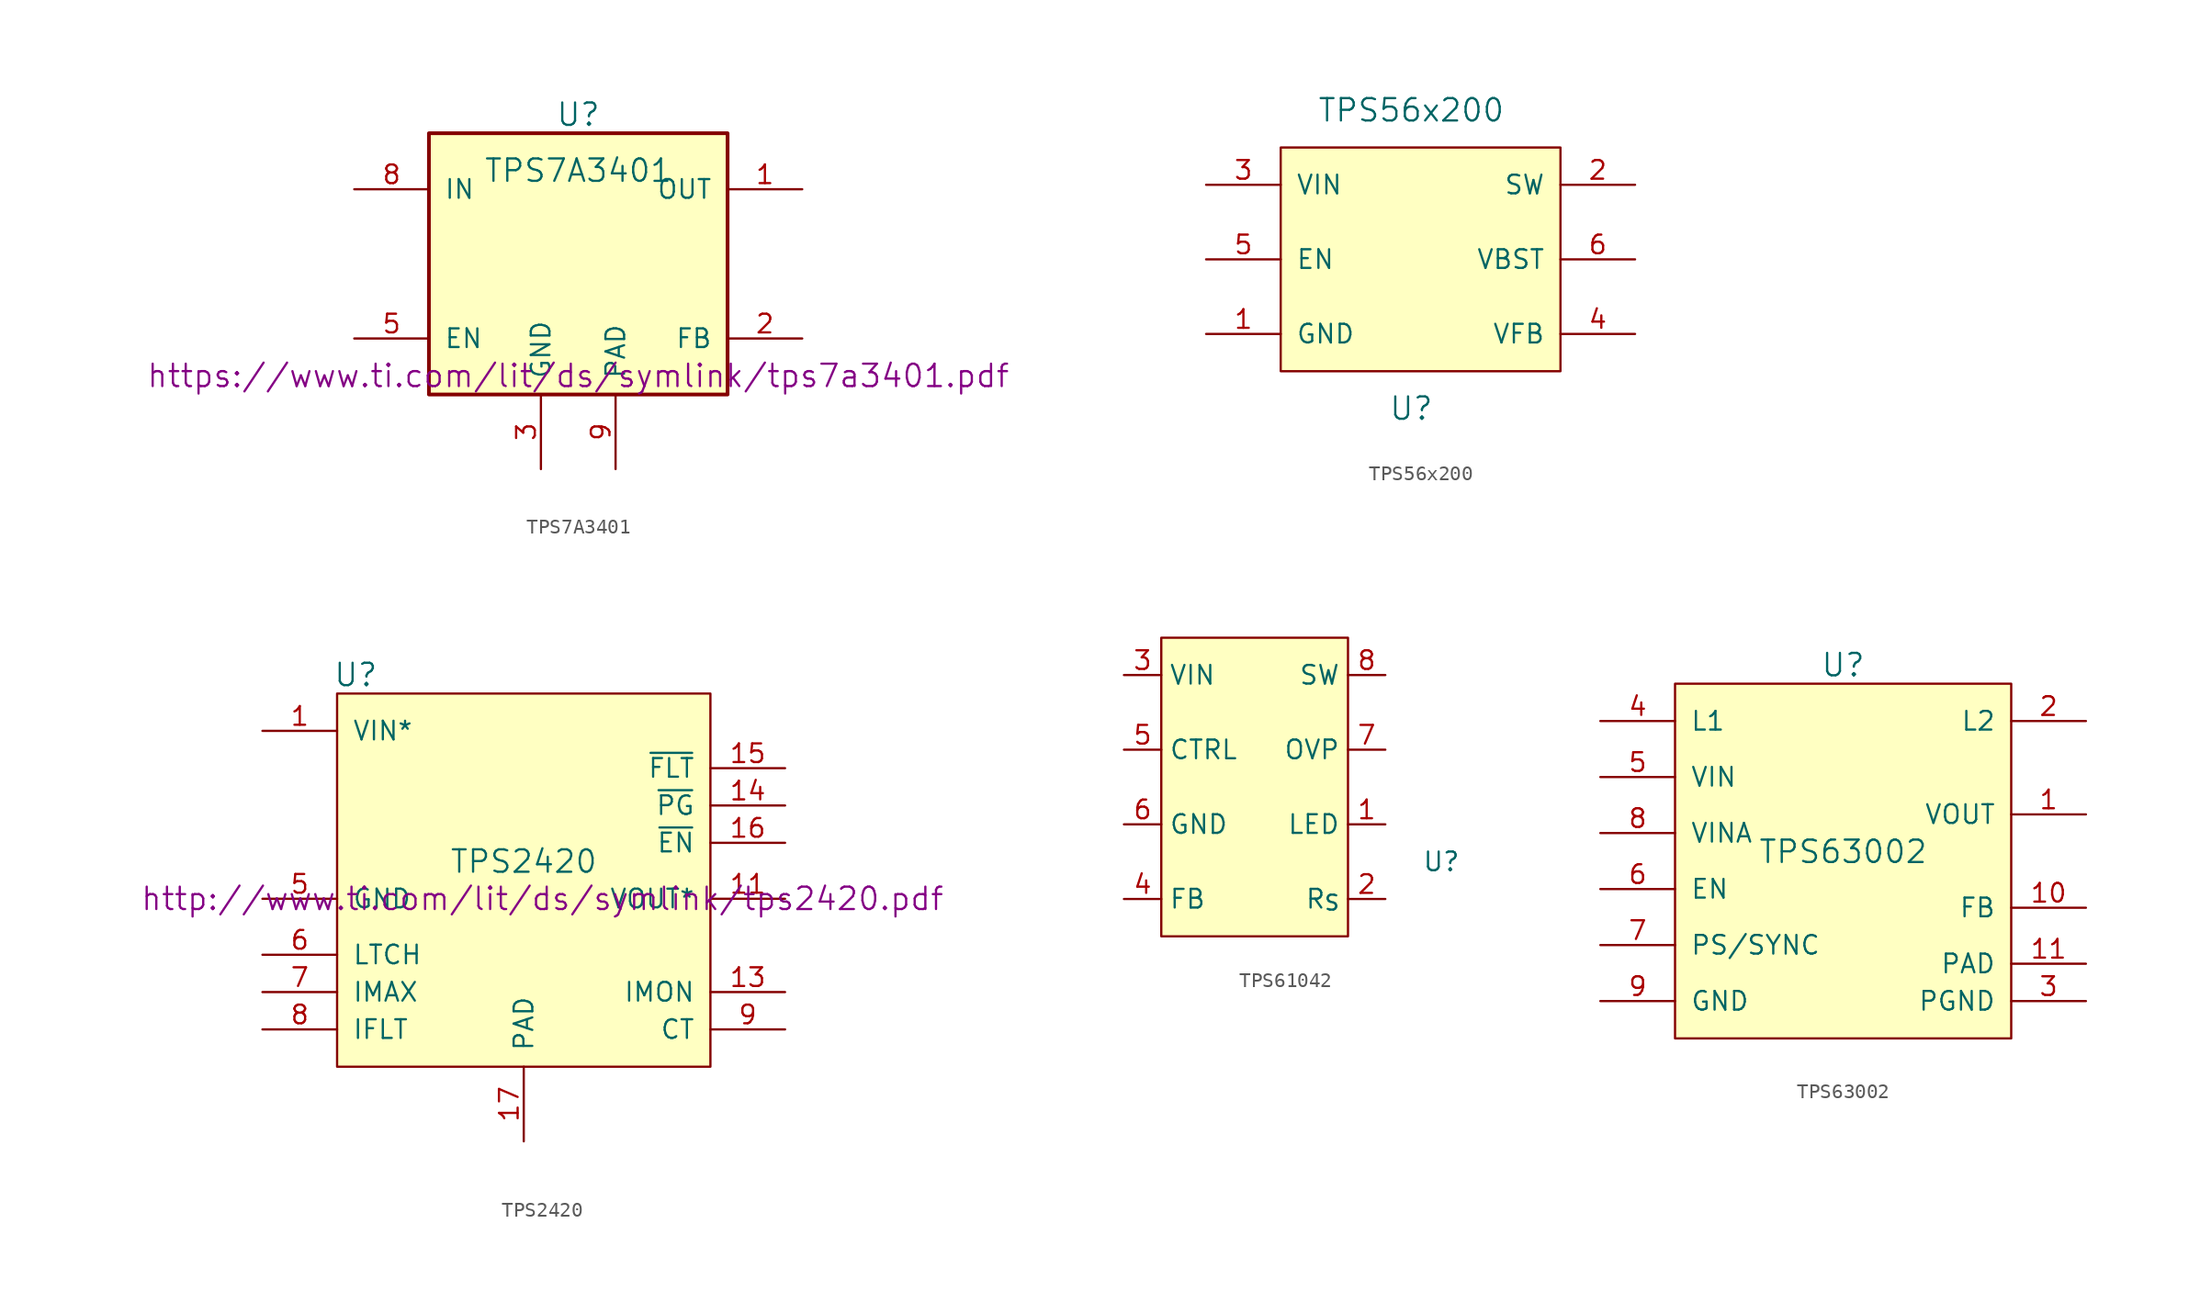
<source format=kicad_sym>
(kicad_symbol_lib
  (version 20231120)
  (generator "kicad_symbol_editor")
  (generator_version "8.0")
  (symbol "TPS7A3401"
    (pin_names
      (offset 1.016))
    (property "Reference" "U"
      (at 0 10.16 0)
      (effects (font (size 1.524 1.524))))
    (property "Value" "TPS7A3401"
      (at 0 6.35 0)
      (effects (font (size 1.524 1.524))))
    (property "Footprint" ""
      (at 0 -7.62 0)
      (effects (font (size 1.524 1.524))))
    (property "Datasheet" "https://www.ti.com/lit/ds/symlink/tps7a3401.pdf"
      (at 0 -7.62 0)
      (effects (font (size 1.524 1.524))))
    (symbol "TPS7A3401_0_1"
      (rectangle (start -10.16 8.89) (end 10.16 -8.89) (stroke (width 0.254) (type default)) (fill (type background))))
    (symbol "TPS7A3401_1_1"
      (pin power_out line (at 15.24 5.08 180) (length 5.08) (name "OUT" (effects (font (size 1.27 1.27)))) (number "1" (effects (font (size 1.27 1.27)))))
      (pin input line (at 15.24 -5.08 180) (length 5.08) (name "FB" (effects (font (size 1.27 1.27)))) (number "2" (effects (font (size 1.27 1.27)))))
      (pin power_in line (at -2.54 -13.97 90) (length 5.08) (name "GND" (effects (font (size 1.27 1.27)))) (number "3" (effects (font (size 1.27 1.27)))))
      (pin power_in line (at -2.54 -13.97 90) (length 5.08) hide (name "GND" (effects (font (size 1.27 1.27)))) (number "4" (effects (font (size 1.27 1.27)))))
      (pin input line (at -15.24 -5.08 0) (length 5.08) (name "EN" (effects (font (size 1.27 1.27)))) (number "5" (effects (font (size 1.27 1.27)))))
      (pin power_in line (at -2.54 -13.97 90) (length 5.08) hide (name "GND" (effects (font (size 1.27 1.27)))) (number "6" (effects (font (size 1.27 1.27)))))
      (pin power_in line (at -2.54 -13.97 90) (length 5.08) hide (name "GND" (effects (font (size 1.27 1.27)))) (number "7" (effects (font (size 1.27 1.27)))))
      (pin power_in line (at -15.24 5.08 0) (length 5.08) (name "IN" (effects (font (size 1.27 1.27)))) (number "8" (effects (font (size 1.27 1.27)))))
      (pin power_in line (at 2.54 -13.97 90) (length 5.08) (name "PAD" (effects (font (size 1.27 1.27)))) (number "9" (effects (font (size 1.27 1.27)))))))
  (symbol "TPS56x200"
    (pin_names
      (offset 1.016))
    (property "Reference" "U"
      (at 0 -11.43 0)
      (effects (font (size 1.524 1.524))))
    (property "Value" "TPS56x200"
      (at 0 8.89 0)
      (effects (font (size 1.524 1.524))))
    (symbol "TPS56x200_0_1"
      (rectangle (start -8.89 6.35) (end 10.16 -8.89) (stroke (width 0) (type default)) (fill (type background))))
    (symbol "TPS56x200_1_1"
      (pin power_in line (at -13.97 -6.35 0) (length 5.08) (name "GND" (effects (font (size 1.27 1.27)))) (number "1" (effects (font (size 1.27 1.27)))))
      (pin input line (at 15.24 3.81 180) (length 5.08) (name "SW" (effects (font (size 1.27 1.27)))) (number "2" (effects (font (size 1.27 1.27)))))
      (pin power_in line (at -13.97 3.81 0) (length 5.08) (name "VIN" (effects (font (size 1.27 1.27)))) (number "3" (effects (font (size 1.27 1.27)))))
      (pin input line (at 15.24 -6.35 180) (length 5.08) (name "VFB" (effects (font (size 1.27 1.27)))) (number "4" (effects (font (size 1.27 1.27)))))
      (pin input line (at -13.97 -1.27 0) (length 5.08) (name "EN" (effects (font (size 1.27 1.27)))) (number "5" (effects (font (size 1.27 1.27)))))
      (pin input line (at 15.24 -1.27 180) (length 5.08) (name "VBST" (effects (font (size 1.27 1.27)))) (number "6" (effects (font (size 1.27 1.27)))))))
  (symbol "TPS2420"
    (pin_names
      (offset 1.016))
    (property "Reference" "U"
      (at -11.43 13.97 0)
      (effects (font (size 1.524 1.524))))
    (property "Value" "TPS2420"
      (at 0 1.27 0)
      (effects (font (size 1.524 1.524))))
    (property "Footprint" ""
      (at 1.27 -1.27 0)
      (effects (font (size 1.524 1.524))))
    (property "Datasheet" "http://www.ti.com/lit/ds/symlink/tps2420.pdf"
      (at 1.27 -1.27 0)
      (effects (font (size 1.524 1.524))))
    (symbol "TPS2420_0_1"
      (rectangle (start -12.7 12.7) (end 12.7 -12.7) (stroke (width 0) (type default)) (fill (type background))))
    (symbol "TPS2420_1_1"
      (pin power_in line (at -17.78 10.16 0) (length 5.08) (name "VIN*" (effects (font (size 1.27 1.27)))) (number "1" (effects (font (size 1.27 1.27)))))
      (pin power_out line (at 17.78 -1.27 180) (length 5.08) hide (name "VOUT*" (effects (font (size 1.27 1.27)))) (number "10" (effects (font (size 1.27 1.27)))))
      (pin passive line (at 17.78 -1.27 180) (length 5.08) (name "VOUT*" (effects (font (size 1.27 1.27)))) (number "11" (effects (font (size 1.27 1.27)))))
      (pin passive line (at 17.78 -1.27 180) (length 5.08) hide (name "VOUT*" (effects (font (size 1.27 1.27)))) (number "12" (effects (font (size 1.27 1.27)))))
      (pin input line (at 17.78 -7.62 180) (length 5.08) (name "IMON" (effects (font (size 1.27 1.27)))) (number "13" (effects (font (size 1.27 1.27)))))
      (pin input line (at 17.78 5.08 180) (length 5.08) (name "~{PG}" (effects (font (size 1.27 1.27)))) (number "14" (effects (font (size 1.27 1.27)))))
      (pin input line (at 17.78 7.62 180) (length 5.08) (name "~{FLT}" (effects (font (size 1.27 1.27)))) (number "15" (effects (font (size 1.27 1.27)))))
      (pin input line (at 17.78 2.54 180) (length 5.08) (name "~{EN}" (effects (font (size 1.27 1.27)))) (number "16" (effects (font (size 1.27 1.27)))))
      (pin power_in line (at 0 -17.78 90) (length 5.08) (name "PAD" (effects (font (size 1.27 1.27)))) (number "17" (effects (font (size 1.27 1.27)))))
      (pin power_in line (at -17.78 10.16 0) (length 5.08) hide (name "VIN*" (effects (font (size 1.27 1.27)))) (number "2" (effects (font (size 1.27 1.27)))))
      (pin power_in line (at -17.78 10.16 0) (length 5.08) hide (name "VIN*" (effects (font (size 1.27 1.27)))) (number "3" (effects (font (size 1.27 1.27)))))
      (pin power_in line (at -17.78 10.16 0) (length 5.08) hide (name "VIN*" (effects (font (size 1.27 1.27)))) (number "4" (effects (font (size 1.27 1.27)))))
      (pin power_in line (at -17.78 -1.27 0) (length 5.08) (name "GND" (effects (font (size 1.27 1.27)))) (number "5" (effects (font (size 1.27 1.27)))))
      (pin input line (at -17.78 -5.08 0) (length 5.08) (name "LTCH" (effects (font (size 1.27 1.27)))) (number "6" (effects (font (size 1.27 1.27)))))
      (pin input line (at -17.78 -7.62 0) (length 5.08) (name "IMAX" (effects (font (size 1.27 1.27)))) (number "7" (effects (font (size 1.27 1.27)))))
      (pin input line (at -17.78 -10.16 0) (length 5.08) (name "IFLT" (effects (font (size 1.27 1.27)))) (number "8" (effects (font (size 1.27 1.27)))))
      (pin input line (at 17.78 -10.16 180) (length 5.08) (name "CT" (effects (font (size 1.27 1.27)))) (number "9" (effects (font (size 1.27 1.27)))))))
  (symbol "TPS61042"
    (property "Reference" "U"
      (at 12.7 -5.08 0)
      (effects (font (size 1.27 1.27))))
    (property "Value" ""
      (at -1.27 0 0)
      (effects (font (size 1.27 1.27))))
    (symbol "TPS61042_1_1"
      (rectangle (start -6.35 10.16) (end 6.35 -10.16) (stroke (width 0) (type default)) (fill (type background)))
      (pin input line (at 8.89 -2.54 180) (length 2.54) (name "LED" (effects (font (size 1.27 1.27)))) (number "1" (effects (font (size 1.27 1.27)))))
      (pin output line (at 8.89 -7.62 180) (length 2.54) (name "R_{S}" (effects (font (size 1.27 1.27)))) (number "2" (effects (font (size 1.27 1.27)))))
      (pin power_in line (at -8.89 7.62 0) (length 2.54) (name "VIN" (effects (font (size 1.27 1.27)))) (number "3" (effects (font (size 1.27 1.27)))))
      (pin input line (at -8.89 -7.62 0) (length 2.54) (name "FB" (effects (font (size 1.27 1.27)))) (number "4" (effects (font (size 1.27 1.27)))))
      (pin input line (at -8.89 2.54 0) (length 2.54) (name "CTRL" (effects (font (size 1.27 1.27)))) (number "5" (effects (font (size 1.27 1.27)))))
      (pin power_in line (at -8.89 -2.54 0) (length 2.54) (name "GND" (effects (font (size 1.27 1.27)))) (number "6" (effects (font (size 1.27 1.27)))))
      (pin input line (at 8.89 2.54 180) (length 2.54) (name "OVP" (effects (font (size 1.27 1.27)))) (number "7" (effects (font (size 1.27 1.27)))))
      (pin input line (at 8.89 7.62 180) (length 2.54) (name "SW" (effects (font (size 1.27 1.27)))) (number "8" (effects (font (size 1.27 1.27)))))
      (pin power_in line (at -8.89 -2.54 0) (length 2.54) hide (name "EP" (effects (font (size 1.27 1.27)))) (number "9" (effects (font (size 1.27 1.27)))))))
  (symbol "TPS63002"
    (pin_names
      (offset 1.016))
    (property "Reference" "U"
      (at 0 12.7 0)
      (effects (font (size 1.524 1.524))))
    (property "Value" "TPS63002"
      (at 0 0 0)
      (effects (font (size 1.524 1.524))))
    (property "Footprint" ""
      (at 0 0 0)
      (effects (font (size 1.524 1.524))))
    (property "Datasheet" ""
      (at 0 0 0)
      (effects (font (size 1.524 1.524))))
    (symbol "TPS63002_0_1"
      (rectangle (start 11.43 -12.7) (end -11.43 11.43) (stroke (width 0) (type default)) (fill (type background))))
    (symbol "TPS63002_1_1"
      (pin input line (at 16.51 2.54 180) (length 5.08) (name "VOUT" (effects (font (size 1.27 1.27)))) (number "1" (effects (font (size 1.27 1.27)))))
      (pin input line (at 16.51 -3.81 180) (length 5.08) (name "FB" (effects (font (size 1.27 1.27)))) (number "10" (effects (font (size 1.27 1.27)))))
      (pin input line (at 16.51 -7.62 180) (length 5.08) (name "PAD" (effects (font (size 1.27 1.27)))) (number "11" (effects (font (size 1.27 1.27)))))
      (pin input line (at 16.51 8.89 180) (length 5.08) (name "L2" (effects (font (size 1.27 1.27)))) (number "2" (effects (font (size 1.27 1.27)))))
      (pin input line (at 16.51 -10.16 180) (length 5.08) (name "PGND" (effects (font (size 1.27 1.27)))) (number "3" (effects (font (size 1.27 1.27)))))
      (pin input line (at -16.51 8.89 0) (length 5.08) (name "L1" (effects (font (size 1.27 1.27)))) (number "4" (effects (font (size 1.27 1.27)))))
      (pin input line (at -16.51 5.08 0) (length 5.08) (name "VIN" (effects (font (size 1.27 1.27)))) (number "5" (effects (font (size 1.27 1.27)))))
      (pin input line (at -16.51 -2.54 0) (length 5.08) (name "EN" (effects (font (size 1.27 1.27)))) (number "6" (effects (font (size 1.27 1.27)))))
      (pin input line (at -16.51 -6.35 0) (length 5.08) (name "PS/SYNC" (effects (font (size 1.27 1.27)))) (number "7" (effects (font (size 1.27 1.27)))))
      (pin input line (at -16.51 1.27 0) (length 5.08) (name "VINA" (effects (font (size 1.27 1.27)))) (number "8" (effects (font (size 1.27 1.27)))))
      (pin input line (at -16.51 -10.16 0) (length 5.08) (name "GND" (effects (font (size 1.27 1.27)))) (number "9" (effects (font (size 1.27 1.27))))))))
</source>
